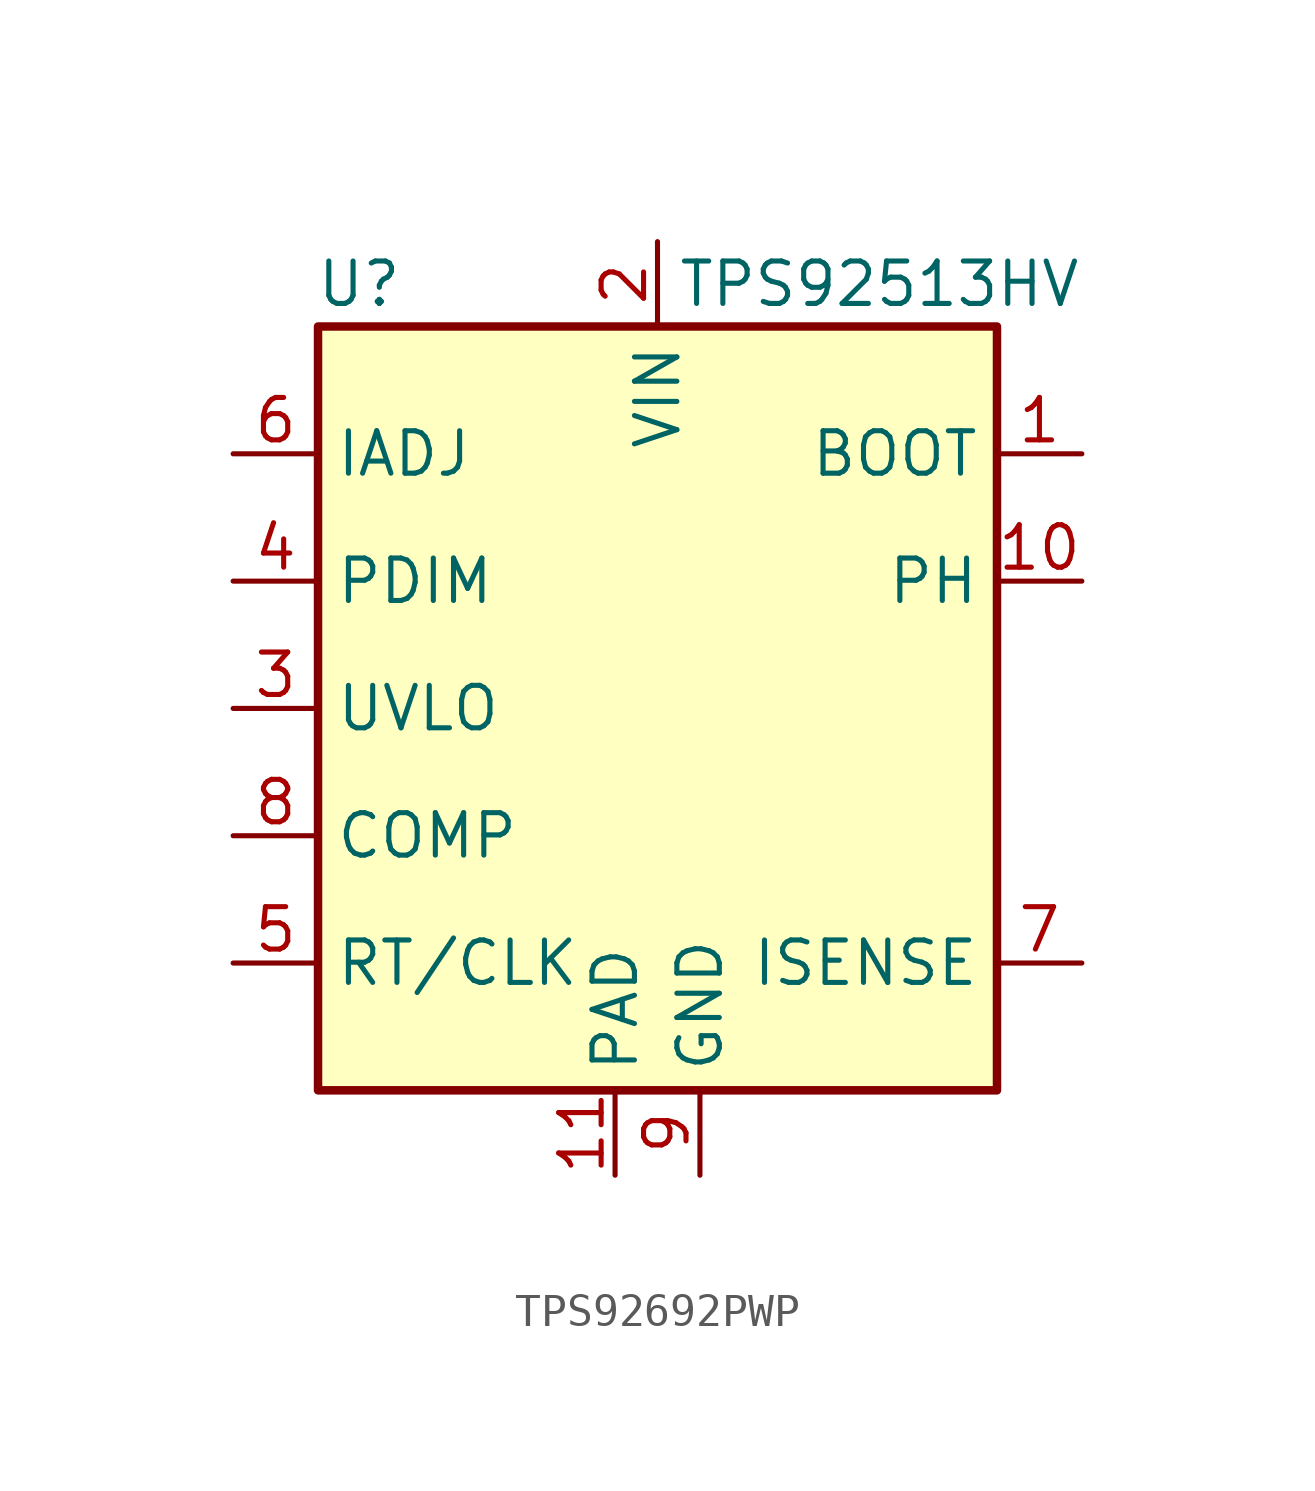
<source format=kicad_sym>
(kicad_symbol_lib
  (version 20220914)
  (generator kicad_symbol_editor)
  (symbol "TPS92692PWP"
    (property "Reference" "U"
      (at -7.62 12.7 0)
      (effects (font (size 1.27 1.27)) (justify right)))
    (property "Value" "TPS92513HV"
      (at 12.7 12.7 0)
      (effects (font (size 1.27 1.27)) (justify right)))
    (symbol "TPS92692PWP_0_1"
      (rectangle (start -10.16 11.43) (end 10.16 -11.43) (stroke (width 0.254) (type default)) (fill (type background))))
    (symbol "TPS92692PWP_1_1"
      (pin output line (at 12.7 7.62 180) (length 2.54) (name "BOOT" (effects (font (size 1.27 1.27)))) (number "1" (effects (font (size 1.27 1.27)))))
      (pin power_out line (at 12.7 3.81 180) (length 2.54) (name "PH" (effects (font (size 1.27 1.27)))) (number "10" (effects (font (size 1.27 1.27)))))
      (pin power_in line (at -1.27 -13.97 90) (length 2.54) (name "PAD" (effects (font (size 1.27 1.27)))) (number "11" (effects (font (size 1.27 1.27)))))
      (pin power_in line (at 0 13.97 270) (length 2.54) (name "VIN" (effects (font (size 1.27 1.27)))) (number "2" (effects (font (size 1.27 1.27)))))
      (pin passive line (at -12.7 0 0) (length 2.54) (name "UVLO" (effects (font (size 1.27 1.27)))) (number "3" (effects (font (size 1.27 1.27)))))
      (pin input line (at -12.7 3.81 0) (length 2.54) (name "PDIM" (effects (font (size 1.27 1.27)))) (number "4" (effects (font (size 1.27 1.27)))))
      (pin passive line (at -12.7 -7.62 0) (length 2.54) (name "RT/CLK" (effects (font (size 1.27 1.27)))) (number "5" (effects (font (size 1.27 1.27)))))
      (pin input line (at -12.7 7.62 0) (length 2.54) (name "IADJ" (effects (font (size 1.27 1.27)))) (number "6" (effects (font (size 1.27 1.27)))))
      (pin input line (at 12.7 -7.62 180) (length 2.54) (name "ISENSE" (effects (font (size 1.27 1.27)))) (number "7" (effects (font (size 1.27 1.27)))))
      (pin passive line (at -12.7 -3.81 0) (length 2.54) (name "COMP" (effects (font (size 1.27 1.27)))) (number "8" (effects (font (size 1.27 1.27)))))
      (pin power_in line (at 1.27 -13.97 90) (length 2.54) (name "GND" (effects (font (size 1.27 1.27)))) (number "9" (effects (font (size 1.27 1.27))))))))
</source>
